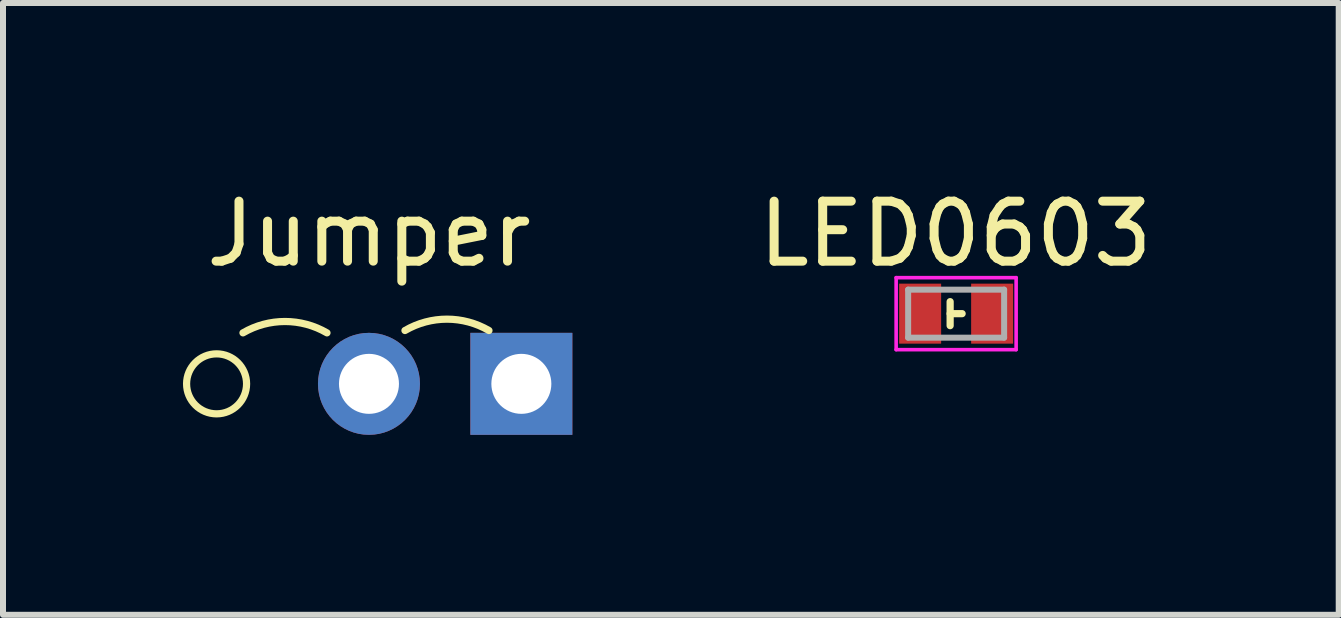
<source format=kicad_pcb>
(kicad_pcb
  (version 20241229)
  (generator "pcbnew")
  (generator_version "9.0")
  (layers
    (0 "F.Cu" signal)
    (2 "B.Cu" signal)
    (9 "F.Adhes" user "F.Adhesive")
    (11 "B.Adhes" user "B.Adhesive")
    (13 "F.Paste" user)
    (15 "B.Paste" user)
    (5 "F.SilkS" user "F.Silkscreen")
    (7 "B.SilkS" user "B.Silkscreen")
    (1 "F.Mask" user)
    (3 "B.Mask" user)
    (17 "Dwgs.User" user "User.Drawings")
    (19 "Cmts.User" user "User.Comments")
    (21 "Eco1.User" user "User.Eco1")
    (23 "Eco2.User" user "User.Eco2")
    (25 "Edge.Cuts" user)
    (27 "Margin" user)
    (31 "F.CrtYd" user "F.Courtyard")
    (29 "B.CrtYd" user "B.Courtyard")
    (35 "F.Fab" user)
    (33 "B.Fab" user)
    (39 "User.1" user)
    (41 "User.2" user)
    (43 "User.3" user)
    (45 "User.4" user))
  (footprint "Jumper"
    (layer "F.Cu")
    (at 3.1 3.348)
    (property "Reference" "Jumper" (at 0 -2.5 0) (layer "F.SilkS") (effects (font (size 1 1) (thickness 0.15))))
    (attr through_hole)
    (fp_arc (start -2.1 -0.85) (mid -1.4 -1.039244) (end -0.7 -0.85) (stroke (width 0.12) (type solid)) (layer "F.SilkS"))
    (fp_arc (start 0.6 -0.889) (mid 1.3 -1.078244) (end 2 -0.889) (stroke (width 0.12) (type solid)) (layer "F.SilkS"))
    (fp_circle (center -2.54 0) (end -2.04 0) (stroke (width 0.12) (type solid)) (fill no) (layer "F.SilkS"))
    (fp_line (start 1.07 0) (end 1.47 0) (stroke (width 0.02) (type solid)) (layer "Eco1.User"))
    (fp_line (start 1.27 0.15) (end 1.27 -0.15) (stroke (width 0.02) (type solid)) (layer "Eco1.User"))
    (pad "1" thru_hole rect (at 2.54 0) (size 1.7 1.7) (drill 1) (layers "*.Cu" "*.Mask"))
    (pad "2" thru_hole circle (at 0 0) (size 1.7 1.7) (drill 1) (layers "*.Cu" "*.Mask")))
  (footprint "LED0603"
    (layer "F.Cu")
    (at 12.887 2.178)
    (property "Reference" "LED0603" (at -0.01 -1.33 0) (layer "F.SilkS") (effects (font (size 1 1) (thickness 0.15))))
    (attr through_hole)
    (fp_line (start -0.1 0) (end 0.1 0) (stroke (width 0.12) (type solid)) (layer "F.SilkS"))
    (fp_line (start -0.1 0.2) (end -0.1 -0.2) (stroke (width 0.12) (type solid)) (layer "F.SilkS"))
    (fp_line (start -1 -0.6) (end 1 -0.6) (stroke (width 0.06) (type solid)) (layer "F.CrtYd"))
    (fp_line (start -1 0.6) (end -1 -0.6) (stroke (width 0.06) (type solid)) (layer "F.CrtYd"))
    (fp_line (start 1 -0.6) (end 1 0.6) (stroke (width 0.06) (type solid)) (layer "F.CrtYd"))
    (fp_line (start 1 0.6) (end -1 0.6) (stroke (width 0.06) (type solid)) (layer "F.CrtYd"))
    (fp_line (start -0.8 -0.4) (end 0.8 -0.4) (stroke (width 0.1) (type solid)) (layer "F.Fab"))
    (fp_line (start -0.8 0.4) (end -0.8 -0.4) (stroke (width 0.1) (type solid)) (layer "F.Fab"))
    (fp_line (start 0.8 -0.4) (end 0.8 0.4) (stroke (width 0.1) (type solid)) (layer "F.Fab"))
    (fp_line (start 0.8 0.4) (end -0.8 0.4) (stroke (width 0.1) (type solid)) (layer "F.Fab"))
    (pad "1" smd rect (at -0.6 0) (size 0.7 1) (layers "F.Cu" "F.Mask" "F.Paste"))
    (pad "2" smd rect (at 0.6 0) (size 0.7 1) (layers "F.Cu" "F.Mask" "F.Paste")))
  (gr_rect
    (start -3 -3)
    (end 19.264 7.198)
    (stroke (width 0.1) (type default))
    (fill no)
    (layer "Edge.Cuts")))
</source>
